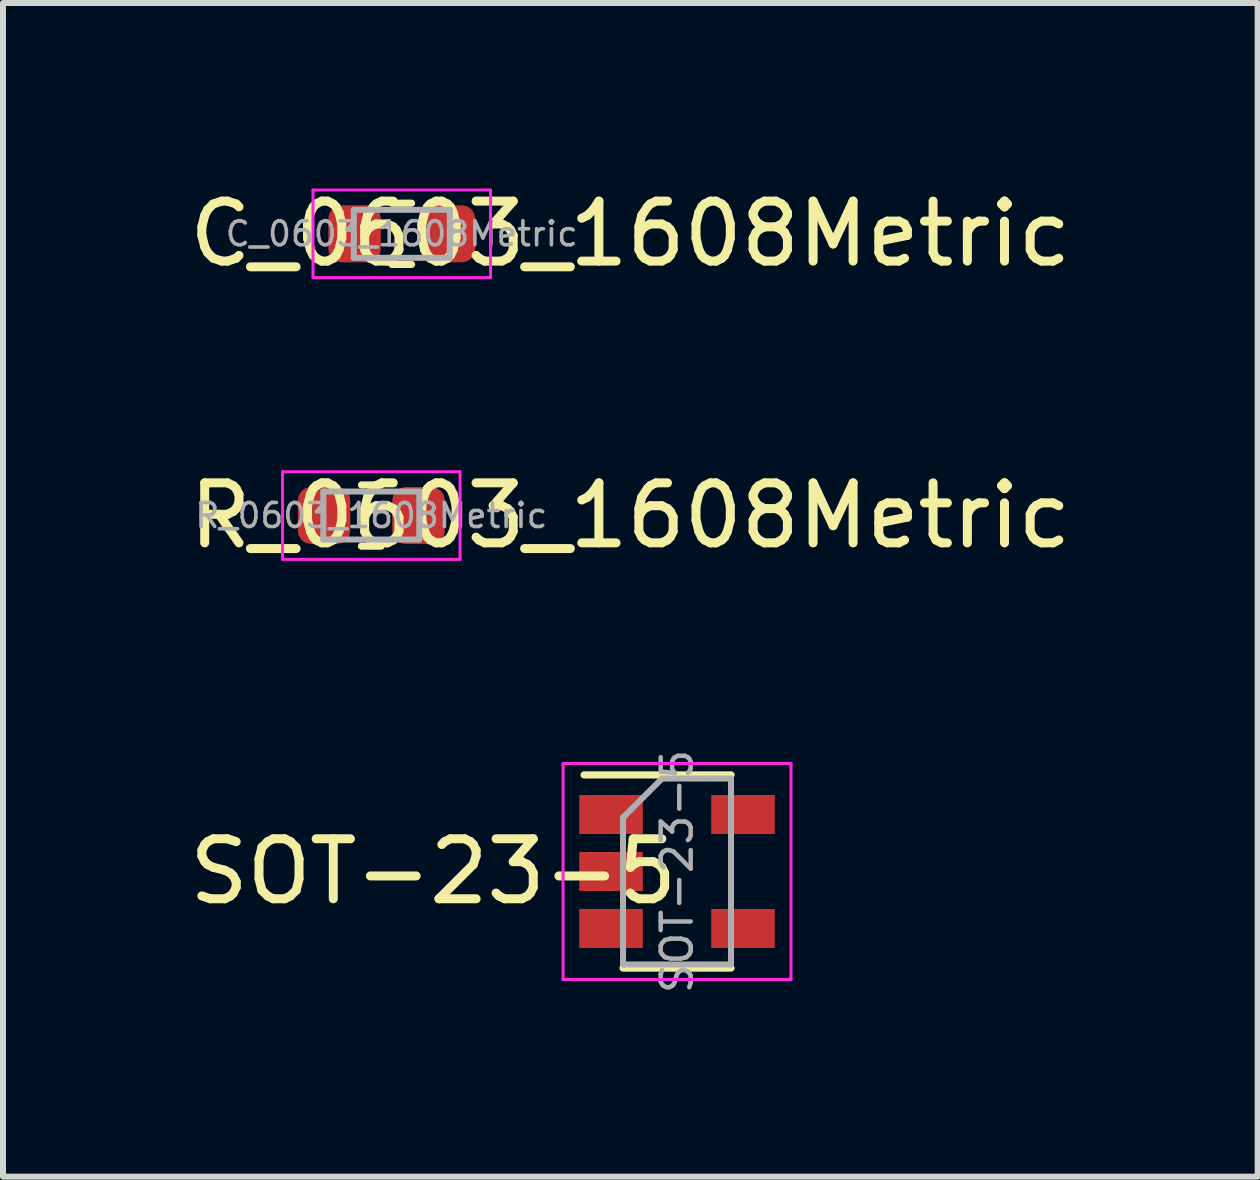
<source format=kicad_pcb>
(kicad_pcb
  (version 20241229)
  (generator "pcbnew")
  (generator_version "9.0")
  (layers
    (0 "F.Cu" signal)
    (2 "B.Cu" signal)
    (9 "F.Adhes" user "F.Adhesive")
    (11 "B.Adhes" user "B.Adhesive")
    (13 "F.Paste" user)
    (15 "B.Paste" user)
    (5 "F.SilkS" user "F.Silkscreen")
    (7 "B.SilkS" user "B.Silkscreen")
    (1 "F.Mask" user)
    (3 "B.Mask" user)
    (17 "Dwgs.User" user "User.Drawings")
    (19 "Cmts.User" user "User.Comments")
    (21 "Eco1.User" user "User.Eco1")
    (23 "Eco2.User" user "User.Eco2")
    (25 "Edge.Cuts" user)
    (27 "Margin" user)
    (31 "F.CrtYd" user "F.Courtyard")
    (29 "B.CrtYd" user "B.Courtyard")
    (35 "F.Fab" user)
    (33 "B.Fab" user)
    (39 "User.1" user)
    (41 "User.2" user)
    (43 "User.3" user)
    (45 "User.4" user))
  (footprint "SOT-23-5"
    (layer "F.Cu")
    (at 8.237 11.479)
    (property "Reference" "SOT-23-5" (at -4.064 0 0) (layer "F.SilkS") (effects (font (size 1 1) (thickness 0.15))))
    (attr smd)
    (fp_line (start -0.9 1.61) (end 0.9 1.61) (stroke (width 0.12) (type solid)) (layer "F.SilkS"))
    (fp_line (start 0.9 -1.61) (end -1.55 -1.61) (stroke (width 0.12) (type solid)) (layer "F.SilkS"))
    (fp_line (start -1.9 -1.8) (end 1.9 -1.8) (stroke (width 0.05) (type solid)) (layer "F.CrtYd"))
    (fp_line (start -1.9 1.8) (end -1.9 -1.8) (stroke (width 0.05) (type solid)) (layer "F.CrtYd"))
    (fp_line (start 1.9 -1.8) (end 1.9 1.8) (stroke (width 0.05) (type solid)) (layer "F.CrtYd"))
    (fp_line (start 1.9 1.8) (end -1.9 1.8) (stroke (width 0.05) (type solid)) (layer "F.CrtYd"))
    (fp_line (start -0.9 -0.9) (end -0.9 1.55) (stroke (width 0.1) (type solid)) (layer "F.Fab"))
    (fp_line (start -0.9 -0.9) (end -0.25 -1.55) (stroke (width 0.1) (type solid)) (layer "F.Fab"))
    (fp_line (start 0.9 -1.55) (end -0.25 -1.55) (stroke (width 0.1) (type solid)) (layer "F.Fab"))
    (fp_line (start 0.9 -1.55) (end 0.9 1.55) (stroke (width 0.1) (type solid)) (layer "F.Fab"))
    (fp_line (start 0.9 1.55) (end -0.9 1.55) (stroke (width 0.1) (type solid)) (layer "F.Fab"))
    (fp_text user "${REFERENCE}" (at 0 0 90) (layer "F.Fab") (effects (font (size 0.5 0.5) (thickness 0.075))))
    (pad "1" smd rect (at -1.1 -0.95) (size 1.06 0.65) (layers "F.Cu" "F.Mask" "F.Paste"))
    (pad "2" smd rect (at -1.1 0) (size 1.06 0.65) (layers "F.Cu" "F.Mask" "F.Paste"))
    (pad "3" smd rect (at -1.1 0.95) (size 1.06 0.65) (layers "F.Cu" "F.Mask" "F.Paste"))
    (pad "4" smd rect (at 1.1 0.95) (size 1.06 0.65) (layers "F.Cu" "F.Mask" "F.Paste"))
    (pad "5" smd rect (at 1.1 -0.95) (size 1.06 0.65) (layers "F.Cu" "F.Mask" "F.Paste")))
  (footprint "C_0603_1608Metric"
    (layer "F.Cu")
    (at 3.648 0.848)
    (property "Reference" "C_0603_1608Metric" (at 3.81 0 0) (layer "F.SilkS") (effects (font (size 1 1) (thickness 0.15))))
    (attr smd)
    (fp_line (start -0.163 -0.51) (end 0.163 -0.51) (stroke (width 0.12) (type solid)) (layer "F.SilkS"))
    (fp_line (start -0.163 0.51) (end 0.163 0.51) (stroke (width 0.12) (type solid)) (layer "F.SilkS"))
    (fp_line (start -1.48 -0.73) (end 1.48 -0.73) (stroke (width 0.05) (type solid)) (layer "F.CrtYd"))
    (fp_line (start -1.48 0.73) (end -1.48 -0.73) (stroke (width 0.05) (type solid)) (layer "F.CrtYd"))
    (fp_line (start 1.48 -0.73) (end 1.48 0.73) (stroke (width 0.05) (type solid)) (layer "F.CrtYd"))
    (fp_line (start 1.48 0.73) (end -1.48 0.73) (stroke (width 0.05) (type solid)) (layer "F.CrtYd"))
    (fp_line (start -0.8 -0.4) (end 0.8 -0.4) (stroke (width 0.1) (type solid)) (layer "F.Fab"))
    (fp_line (start -0.8 0.4) (end -0.8 -0.4) (stroke (width 0.1) (type solid)) (layer "F.Fab"))
    (fp_line (start 0.8 -0.4) (end 0.8 0.4) (stroke (width 0.1) (type solid)) (layer "F.Fab"))
    (fp_line (start 0.8 0.4) (end -0.8 0.4) (stroke (width 0.1) (type solid)) (layer "F.Fab"))
    (fp_text user "${REFERENCE}" (at 0 0 0) (layer "F.Fab") (effects (font (size 0.4 0.4) (thickness 0.06))))
    (pad "1" smd roundrect (at -0.787 0) (size 0.875 0.95) (layers "F.Cu" "F.Mask" "F.Paste") (roundrect_rratio 0.25))
    (pad "2" smd roundrect (at 0.787 0) (size 0.875 0.95) (layers "F.Cu" "F.Mask" "F.Paste") (roundrect_rratio 0.25)))
  (footprint "R_0603_1608Metric"
    (layer "F.Cu")
    (at 3.14 5.545)
    (property "Reference" "R_0603_1608Metric" (at 4.318 0 0) (layer "F.SilkS") (effects (font (size 1 1) (thickness 0.15))))
    (attr smd)
    (fp_line (start -0.163 -0.51) (end 0.163 -0.51) (stroke (width 0.12) (type solid)) (layer "F.SilkS"))
    (fp_line (start -0.163 0.51) (end 0.163 0.51) (stroke (width 0.12) (type solid)) (layer "F.SilkS"))
    (fp_line (start -1.48 -0.73) (end 1.48 -0.73) (stroke (width 0.05) (type solid)) (layer "F.CrtYd"))
    (fp_line (start -1.48 0.73) (end -1.48 -0.73) (stroke (width 0.05) (type solid)) (layer "F.CrtYd"))
    (fp_line (start 1.48 -0.73) (end 1.48 0.73) (stroke (width 0.05) (type solid)) (layer "F.CrtYd"))
    (fp_line (start 1.48 0.73) (end -1.48 0.73) (stroke (width 0.05) (type solid)) (layer "F.CrtYd"))
    (fp_line (start -0.8 -0.4) (end 0.8 -0.4) (stroke (width 0.1) (type solid)) (layer "F.Fab"))
    (fp_line (start -0.8 0.4) (end -0.8 -0.4) (stroke (width 0.1) (type solid)) (layer "F.Fab"))
    (fp_line (start 0.8 -0.4) (end 0.8 0.4) (stroke (width 0.1) (type solid)) (layer "F.Fab"))
    (fp_line (start 0.8 0.4) (end -0.8 0.4) (stroke (width 0.1) (type solid)) (layer "F.Fab"))
    (fp_text user "${REFERENCE}" (at 0 0 0) (layer "F.Fab") (effects (font (size 0.4 0.4) (thickness 0.06))))
    (pad "1" smd roundrect (at -0.787 0) (size 0.875 0.95) (layers "F.Cu" "F.Mask" "F.Paste") (roundrect_rratio 0.25))
    (pad "2" smd roundrect (at 0.787 0) (size 0.875 0.95) (layers "F.Cu" "F.Mask" "F.Paste") (roundrect_rratio 0.25)))
  (gr_rect
    (start -3 -3)
    (end 17.917 16.566)
    (stroke (width 0.1) (type default))
    (fill no)
    (layer "Edge.Cuts")))
</source>
